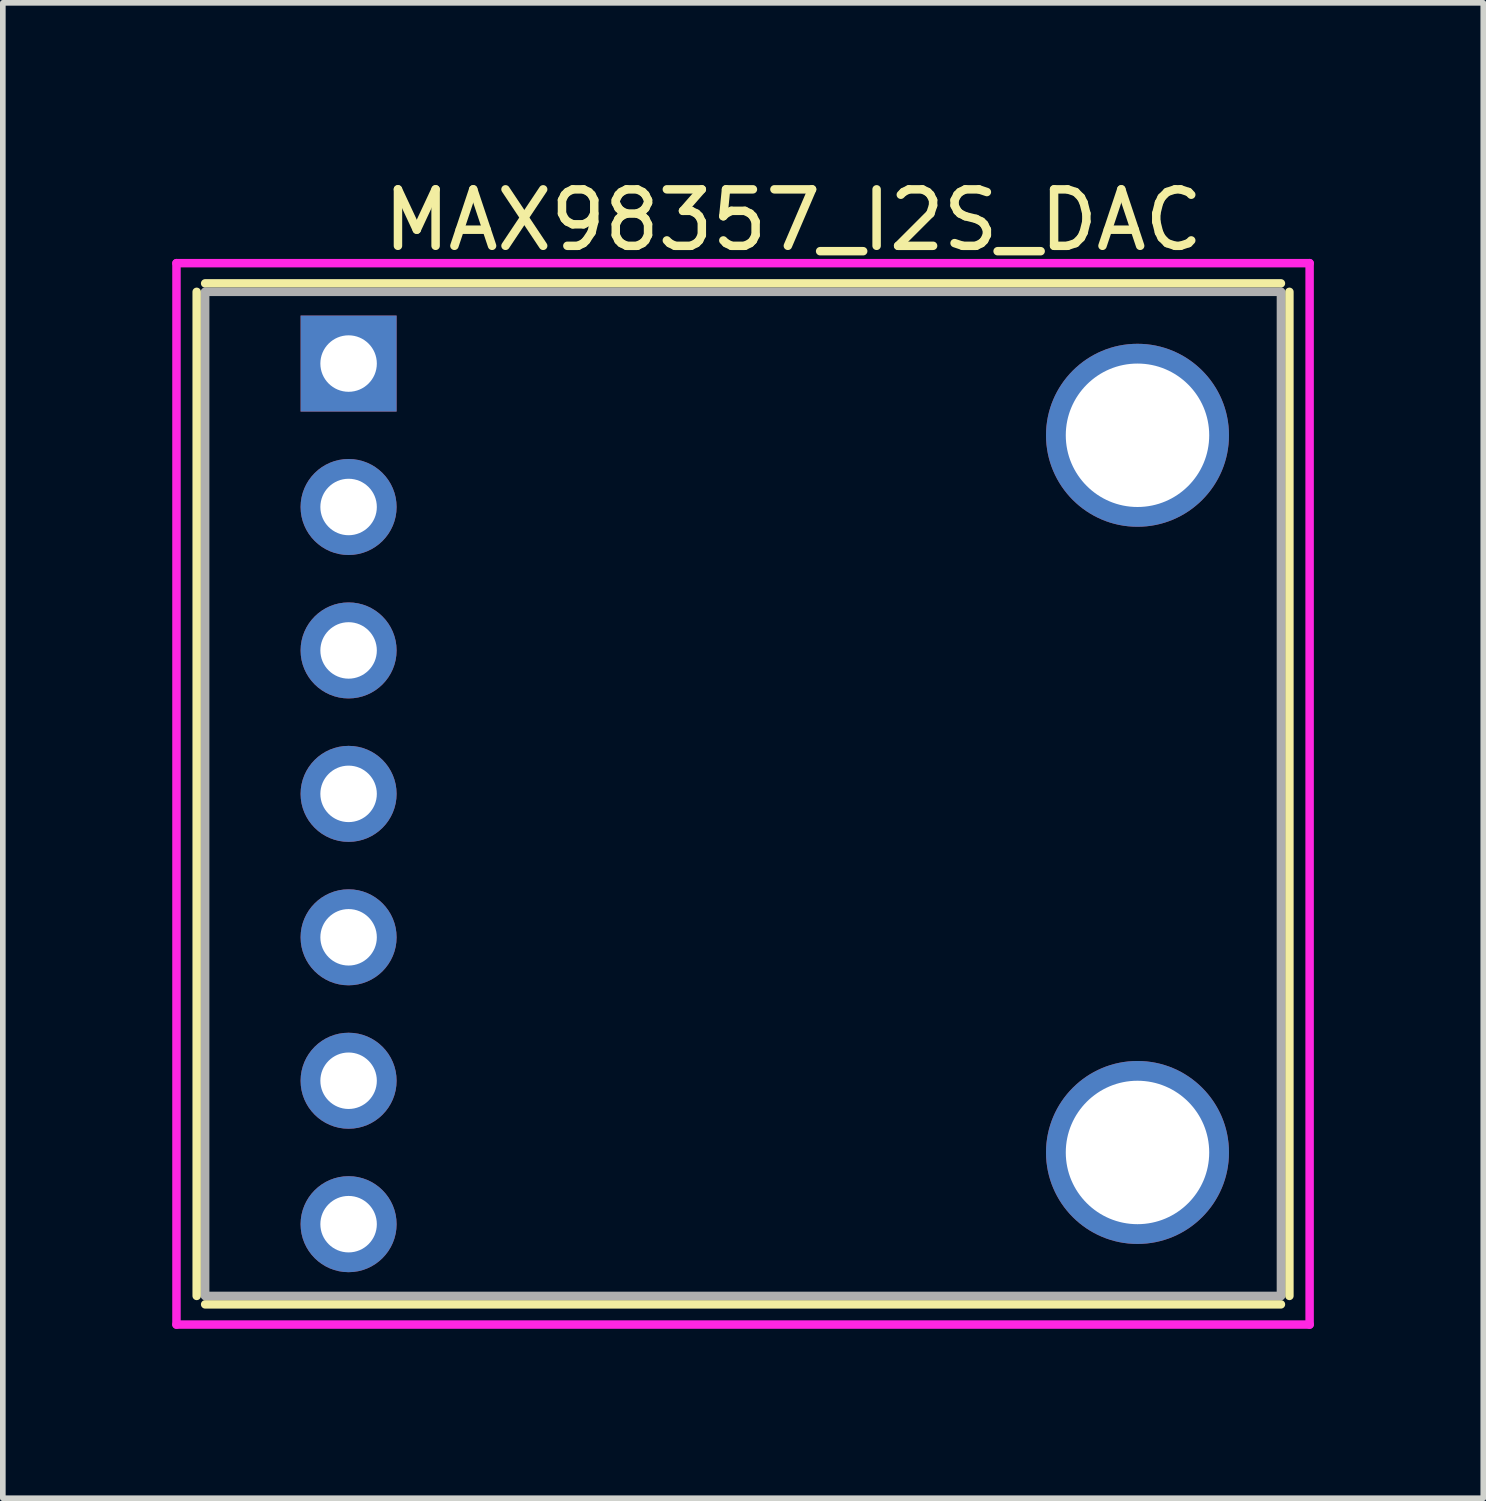
<source format=kicad_pcb>
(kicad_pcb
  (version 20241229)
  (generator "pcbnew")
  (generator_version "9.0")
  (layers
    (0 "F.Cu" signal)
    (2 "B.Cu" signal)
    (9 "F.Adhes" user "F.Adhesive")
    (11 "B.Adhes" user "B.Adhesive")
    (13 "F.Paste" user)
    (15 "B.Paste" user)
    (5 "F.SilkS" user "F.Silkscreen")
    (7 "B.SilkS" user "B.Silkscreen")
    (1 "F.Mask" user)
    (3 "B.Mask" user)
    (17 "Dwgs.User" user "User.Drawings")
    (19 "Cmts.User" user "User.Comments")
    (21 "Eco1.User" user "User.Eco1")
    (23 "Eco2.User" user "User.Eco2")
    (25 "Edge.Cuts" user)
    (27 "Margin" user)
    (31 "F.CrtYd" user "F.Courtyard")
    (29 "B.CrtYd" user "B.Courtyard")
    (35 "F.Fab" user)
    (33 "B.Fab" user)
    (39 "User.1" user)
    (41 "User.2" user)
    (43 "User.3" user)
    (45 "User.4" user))
  (footprint "MAX98357_I2S_DAC"
    (layer "F.Cu")
    (at 3.123 3.388)
    (property "Reference" "MAX98357_I2S_DAC" (at 7.874 -2.54 0) (layer "F.SilkS") (effects (font (size 1 1) (thickness 0.15))))
    (attr through_hole)
    (fp_line (start -2.69 -1.27) (end -2.69 16.51) (stroke (width 0.15) (type solid)) (layer "F.SilkS"))
    (fp_line (start -2.54 -1.42) (end 16.51 -1.42) (stroke (width 0.15) (type solid)) (layer "F.SilkS"))
    (fp_line (start -2.54 16.66) (end 16.51 16.66) (stroke (width 0.15) (type solid)) (layer "F.SilkS"))
    (fp_line (start 16.66 16.51) (end 16.66 -1.27) (stroke (width 0.15) (type solid)) (layer "F.SilkS"))
    (fp_line (start -3.048 -1.778) (end 17.018 -1.778) (stroke (width 0.15) (type solid)) (layer "F.CrtYd"))
    (fp_line (start -3.048 17.018) (end -3.048 -1.778) (stroke (width 0.15) (type solid)) (layer "F.CrtYd"))
    (fp_line (start 17.018 -1.778) (end 17.018 17.018) (stroke (width 0.15) (type solid)) (layer "F.CrtYd"))
    (fp_line (start 17.018 17.018) (end -3.048 17.018) (stroke (width 0.15) (type solid)) (layer "F.CrtYd"))
    (fp_line (start -2.54 -1.27) (end -2.54 16.51) (stroke (width 0.15) (type solid)) (layer "F.Fab"))
    (fp_line (start -2.54 16.51) (end 16.51 16.51) (stroke (width 0.15) (type solid)) (layer "F.Fab"))
    (fp_line (start 16.51 -1.27) (end -2.54 -1.27) (stroke (width 0.15) (type solid)) (layer "F.Fab"))
    (fp_line (start 16.51 16.51) (end 16.51 -1.27) (stroke (width 0.15) (type solid)) (layer "F.Fab"))
    (pad "" np_thru_hole circle (at 13.97 1.27) (size 3.24 3.24) (drill 2.54) (layers "*.Cu" "*.Mask"))
    (pad "" np_thru_hole circle (at 13.97 13.97) (size 3.24 3.24) (drill 2.54) (layers "*.Cu" "*.Mask"))
    (pad "1" thru_hole rect (at 0 0) (size 1.7 1.7) (drill 1) (layers "*.Cu" "*.Mask"))
    (pad "2" thru_hole oval (at 0 2.54) (size 1.7 1.7) (drill 1) (layers "*.Cu" "*.Mask"))
    (pad "3" thru_hole oval (at 0 5.08) (size 1.7 1.7) (drill 1) (layers "*.Cu" "*.Mask"))
    (pad "4" thru_hole oval (at 0 7.62) (size 1.7 1.7) (drill 1) (layers "*.Cu" "*.Mask"))
    (pad "5" thru_hole oval (at 0 10.16) (size 1.7 1.7) (drill 1) (layers "*.Cu" "*.Mask"))
    (pad "6" thru_hole oval (at 0 12.7) (size 1.7 1.7) (drill 1) (layers "*.Cu" "*.Mask"))
    (pad "7" thru_hole oval (at 0 15.24) (size 1.7 1.7) (drill 1) (layers "*.Cu" "*.Mask")))
  (gr_rect
    (start -3 -3)
    (end 23.216 23.481)
    (stroke (width 0.1) (type default))
    (fill no)
    (layer "Edge.Cuts")))
</source>
